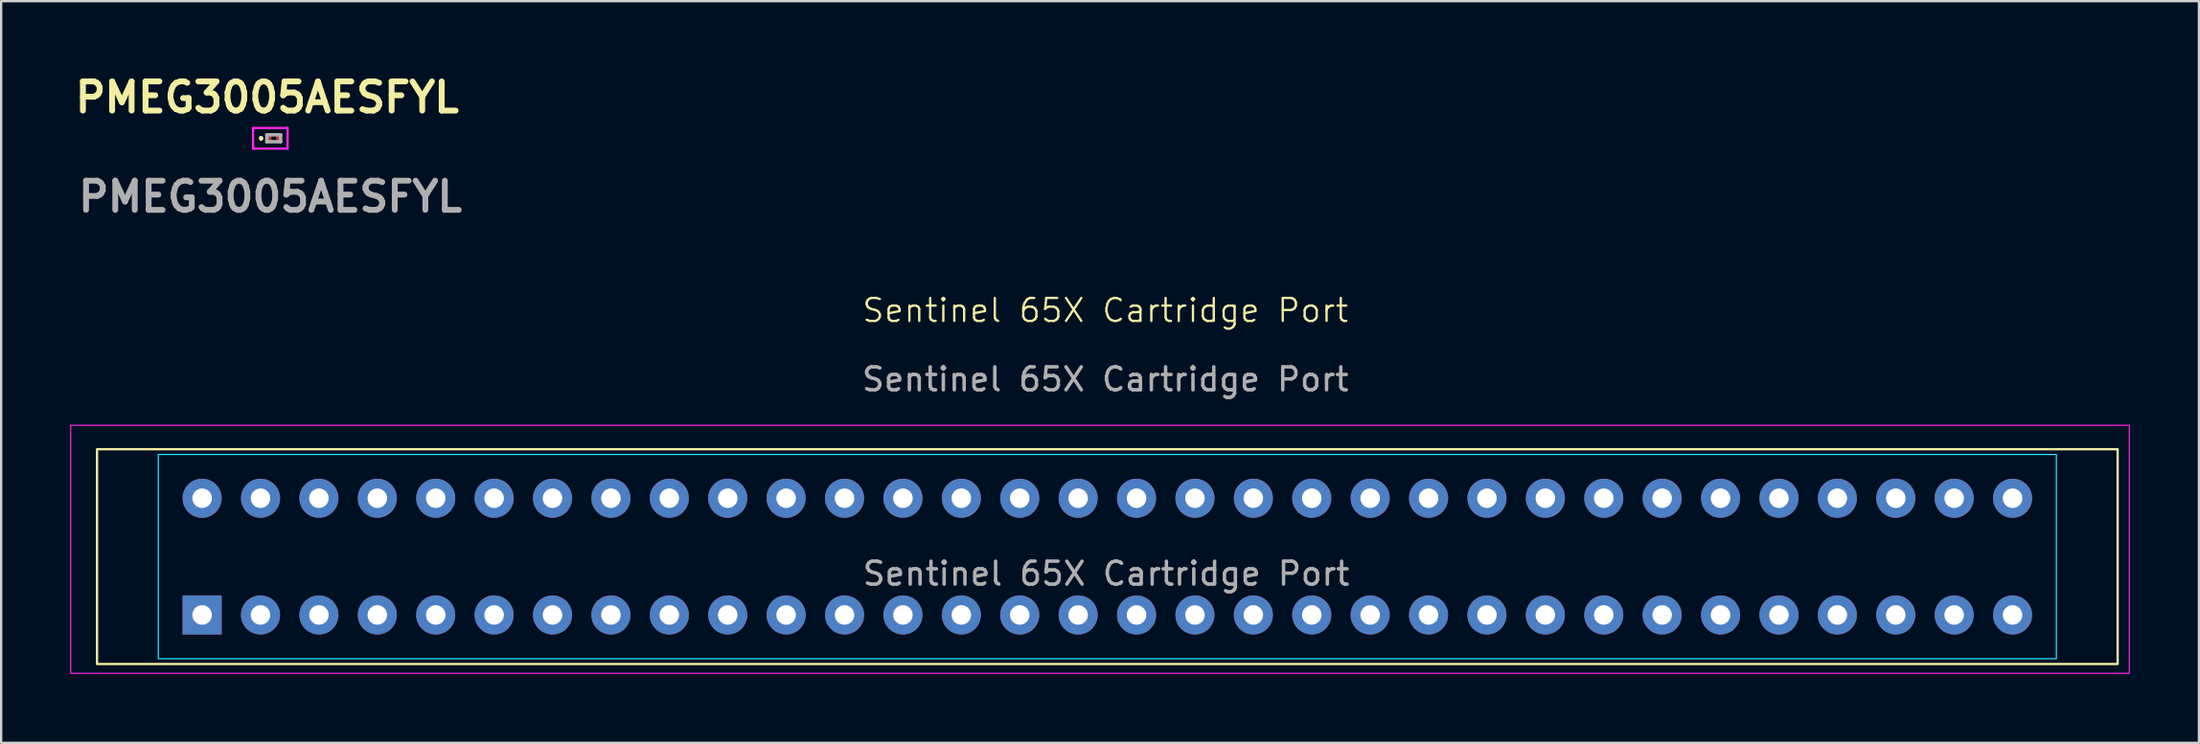
<source format=kicad_pcb>
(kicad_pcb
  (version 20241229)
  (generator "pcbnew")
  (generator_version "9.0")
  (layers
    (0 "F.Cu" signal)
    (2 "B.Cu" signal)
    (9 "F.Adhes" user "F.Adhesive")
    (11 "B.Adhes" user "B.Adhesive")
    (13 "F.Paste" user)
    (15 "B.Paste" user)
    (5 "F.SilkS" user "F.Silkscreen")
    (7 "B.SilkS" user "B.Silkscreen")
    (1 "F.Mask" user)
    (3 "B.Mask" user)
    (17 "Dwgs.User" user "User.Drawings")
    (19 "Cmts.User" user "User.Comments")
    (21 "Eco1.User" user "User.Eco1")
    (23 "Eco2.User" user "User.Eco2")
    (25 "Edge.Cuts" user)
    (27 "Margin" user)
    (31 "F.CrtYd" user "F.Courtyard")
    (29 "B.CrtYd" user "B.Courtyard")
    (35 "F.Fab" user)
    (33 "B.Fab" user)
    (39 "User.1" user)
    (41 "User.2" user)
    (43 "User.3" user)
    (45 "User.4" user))
  (footprint "PMEG3005AESFYL"
    (layer "F.Cu")
    (at 8.706 2.969)
    (property "Reference" "PMEG3005AESFYL" (at -0.136 -1.781 0) (layer "F.SilkS") (effects (font (size 1.27 1.27) (thickness 0.254))))
    (attr smd)
    (fp_line (start -0.4 -0.05) (end -0.4 -0.05) (stroke (width 0.1) (type solid)) (layer "F.SilkS"))
    (fp_line (start -0.4 0.05) (end -0.4 0.05) (stroke (width 0.1) (type solid)) (layer "F.SilkS"))
    (fp_arc (start -0.4 -0.05) (mid -0.35 0) (end -0.4 0.05) (stroke (width 0.1) (type solid)) (layer "F.SilkS"))
    (fp_arc (start -0.4 0.05) (mid -0.45 0) (end -0.4 -0.05) (stroke (width 0.1) (type solid)) (layer "F.SilkS"))
    (fp_line (start -0.75 -0.45) (end 0.75 -0.45) (stroke (width 0.1) (type solid)) (layer "F.CrtYd"))
    (fp_line (start -0.75 0.45) (end -0.75 -0.45) (stroke (width 0.1) (type solid)) (layer "F.CrtYd"))
    (fp_line (start 0.75 -0.45) (end 0.75 0.45) (stroke (width 0.1) (type solid)) (layer "F.CrtYd"))
    (fp_line (start 0.75 0.45) (end -0.75 0.45) (stroke (width 0.1) (type solid)) (layer "F.CrtYd"))
    (fp_line (start -0.15 -0.15) (end 0.45 -0.15) (stroke (width 0.15) (type solid)) (layer "F.Fab"))
    (fp_line (start -0.15 0.15) (end -0.15 -0.15) (stroke (width 0.15) (type solid)) (layer "F.Fab"))
    (fp_line (start 0.45 -0.15) (end 0.45 0.15) (stroke (width 0.15) (type solid)) (layer "F.Fab"))
    (fp_line (start 0.45 0.15) (end -0.15 0.15) (stroke (width 0.15) (type solid)) (layer "F.Fab"))
    (fp_text user "${REFERENCE}" (at 0 2.54 0) (layer "F.Fab") (effects (font (size 1.27 1.27) (thickness 0.254))))
    (pad "1" smd rect (at -0.05 0) (size 0.2 0.28) (layers "F.Cu" "F.Mask" "F.Paste"))
    (pad "2" smd rect (at 0.35 0) (size 0.2 0.28) (layers "F.Cu" "F.Mask" "F.Paste")))
  (footprint "Sentinel 65X Cartridge Port"
    (layer "F.Cu")
    (at 45.025 10.959)
    (property "Reference" "Sentinel 65X Cartridge Port" (at 0 -0.5 0) (unlocked yes) (layer "F.SilkS") (effects (font (size 1 1) (thickness 0.1))))
    (attr through_hole)
    (fp_rect (start -43.855 5.54) (end 44.025 14.89) (stroke (width 0.1) (type default)) (fill no) (layer "F.SilkS"))
    (fp_rect (start -41.19 5.77) (end 41.36 14.66) (stroke (width 0.05) (type default)) (fill no) (layer "B.CrtYd"))
    (fp_rect (start -45 4.5) (end 44.535 15.295) (stroke (width 0.05) (type default)) (fill no) (layer "F.CrtYd"))
    (fp_text user "${REFERENCE}" (at 0 2.5 0) (unlocked yes) (layer "F.Fab") (effects (font (size 1 1) (thickness 0.15))))
    (fp_text user "${REFERENCE}" (at 0.035 10.957 0) (unlocked yes) (layer "F.Fab") (effects (font (size 1 1) (thickness 0.15))))
    (pad "a1" thru_hole circle (at -39.285 7.675) (size 1.7 1.7) (drill 0.85) (layers "*.Cu" "*.Mask"))
    (pad "a2" thru_hole circle (at -36.745 7.675) (size 1.7 1.7) (drill 0.85) (layers "*.Cu" "*.Mask"))
    (pad "a3" thru_hole circle (at -34.205 7.675) (size 1.7 1.7) (drill 0.85) (layers "*.Cu" "*.Mask"))
    (pad "a4" thru_hole circle (at -31.665 7.675) (size 1.7 1.7) (drill 0.85) (layers "*.Cu" "*.Mask"))
    (pad "a5" thru_hole circle (at -29.125 7.675) (size 1.7 1.7) (drill 0.85) (layers "*.Cu" "*.Mask"))
    (pad "a6" thru_hole circle (at -26.585 7.675) (size 1.7 1.7) (drill 0.85) (layers "*.Cu" "*.Mask"))
    (pad "a7" thru_hole circle (at -24.045 7.675) (size 1.7 1.7) (drill 0.85) (layers "*.Cu" "*.Mask"))
    (pad "a8" thru_hole circle (at -21.505 7.675) (size 1.7 1.7) (drill 0.85) (layers "*.Cu" "*.Mask"))
    (pad "a9" thru_hole circle (at -18.965 7.675) (size 1.7 1.7) (drill 0.85) (layers "*.Cu" "*.Mask"))
    (pad "a10" thru_hole circle (at -16.425 7.675) (size 1.7 1.7) (drill 0.85) (layers "*.Cu" "*.Mask"))
    (pad "a11" thru_hole circle (at -13.885 7.675) (size 1.7 1.7) (drill 0.85) (layers "*.Cu" "*.Mask"))
    (pad "a12" thru_hole circle (at -11.345 7.675) (size 1.7 1.7) (drill 0.85) (layers "*.Cu" "*.Mask"))
    (pad "a13" thru_hole circle (at -8.805 7.675) (size 1.7 1.7) (drill 0.85) (layers "*.Cu" "*.Mask"))
    (pad "a14" thru_hole circle (at -6.265 7.675) (size 1.7 1.7) (drill 0.85) (layers "*.Cu" "*.Mask"))
    (pad "a15" thru_hole circle (at -3.725 7.675) (size 1.7 1.7) (drill 0.85) (layers "*.Cu" "*.Mask"))
    (pad "a16" thru_hole circle (at -1.185 7.675) (size 1.7 1.7) (drill 0.85) (layers "*.Cu" "*.Mask"))
    (pad "a17" thru_hole circle (at 1.355 7.675) (size 1.7 1.7) (drill 0.85) (layers "*.Cu" "*.Mask"))
    (pad "a18" thru_hole circle (at 3.895 7.675) (size 1.7 1.7) (drill 0.85) (layers "*.Cu" "*.Mask"))
    (pad "a19" thru_hole circle (at 6.435 7.675) (size 1.7 1.7) (drill 0.85) (layers "*.Cu" "*.Mask"))
    (pad "a20" thru_hole circle (at 8.975 7.675) (size 1.7 1.7) (drill 0.85) (layers "*.Cu" "*.Mask"))
    (pad "a21" thru_hole circle (at 11.515 7.675) (size 1.7 1.7) (drill 0.85) (layers "*.Cu" "*.Mask"))
    (pad "a22" thru_hole circle (at 14.055 7.675) (size 1.7 1.7) (drill 0.85) (layers "*.Cu" "*.Mask"))
    (pad "a23" thru_hole circle (at 16.595 7.675) (size 1.7 1.7) (drill 0.85) (layers "*.Cu" "*.Mask"))
    (pad "a24" thru_hole circle (at 19.135 7.675) (size 1.7 1.7) (drill 0.85) (layers "*.Cu" "*.Mask"))
    (pad "a25" thru_hole circle (at 21.675 7.675) (size 1.7 1.7) (drill 0.85) (layers "*.Cu" "*.Mask"))
    (pad "a26" thru_hole circle (at 24.215 7.675) (size 1.7 1.7) (drill 0.85) (layers "*.Cu" "*.Mask"))
    (pad "a27" thru_hole circle (at 26.755 7.675) (size 1.7 1.7) (drill 0.85) (layers "*.Cu" "*.Mask"))
    (pad "a28" thru_hole circle (at 29.295 7.675) (size 1.7 1.7) (drill 0.85) (layers "*.Cu" "*.Mask"))
    (pad "a29" thru_hole circle (at 31.835 7.675) (size 1.7 1.7) (drill 0.85) (layers "*.Cu" "*.Mask"))
    (pad "a30" thru_hole circle (at 34.375 7.675) (size 1.7 1.7) (drill 0.85) (layers "*.Cu" "*.Mask"))
    (pad "a31" thru_hole circle (at 36.915 7.675) (size 1.7 1.7) (drill 0.85) (layers "*.Cu" "*.Mask"))
    (pad "a32" thru_hole circle (at 39.455 7.675) (size 1.7 1.7) (drill 0.85) (layers "*.Cu" "*.Mask"))
    (pad "b1" thru_hole rect (at -39.285 12.755) (size 1.7 1.7) (drill 0.85) (layers "*.Cu" "*.Mask"))
    (pad "b2" thru_hole circle (at -36.745 12.755) (size 1.7 1.7) (drill 0.85) (layers "*.Cu" "*.Mask"))
    (pad "b3" thru_hole circle (at -34.205 12.755) (size 1.7 1.7) (drill 0.85) (layers "*.Cu" "*.Mask"))
    (pad "b4" thru_hole circle (at -31.665 12.755) (size 1.7 1.7) (drill 0.85) (layers "*.Cu" "*.Mask"))
    (pad "b5" thru_hole circle (at -29.125 12.755) (size 1.7 1.7) (drill 0.85) (layers "*.Cu" "*.Mask"))
    (pad "b6" thru_hole circle (at -26.585 12.755) (size 1.7 1.7) (drill 0.85) (layers "*.Cu" "*.Mask"))
    (pad "b7" thru_hole circle (at -24.045 12.755) (size 1.7 1.7) (drill 0.85) (layers "*.Cu" "*.Mask"))
    (pad "b8" thru_hole circle (at -21.505 12.755) (size 1.7 1.7) (drill 0.85) (layers "*.Cu" "*.Mask"))
    (pad "b9" thru_hole circle (at -18.965 12.755) (size 1.7 1.7) (drill 0.85) (layers "*.Cu" "*.Mask"))
    (pad "b10" thru_hole circle (at -16.425 12.755) (size 1.7 1.7) (drill 0.85) (layers "*.Cu" "*.Mask"))
    (pad "b11" thru_hole circle (at -13.885 12.755) (size 1.7 1.7) (drill 0.85) (layers "*.Cu" "*.Mask"))
    (pad "b12" thru_hole circle (at -11.345 12.755) (size 1.7 1.7) (drill 0.85) (layers "*.Cu" "*.Mask"))
    (pad "b13" thru_hole circle (at -8.805 12.755) (size 1.7 1.7) (drill 0.85) (layers "*.Cu" "*.Mask"))
    (pad "b14" thru_hole circle (at -6.265 12.755) (size 1.7 1.7) (drill 0.85) (layers "*.Cu" "*.Mask"))
    (pad "b15" thru_hole circle (at -3.725 12.755) (size 1.7 1.7) (drill 0.85) (layers "*.Cu" "*.Mask"))
    (pad "b16" thru_hole circle (at -1.185 12.755) (size 1.7 1.7) (drill 0.85) (layers "*.Cu" "*.Mask"))
    (pad "b17" thru_hole circle (at 1.355 12.755) (size 1.7 1.7) (drill 0.85) (layers "*.Cu" "*.Mask"))
    (pad "b18" thru_hole circle (at 3.895 12.755) (size 1.7 1.7) (drill 0.85) (layers "*.Cu" "*.Mask"))
    (pad "b19" thru_hole circle (at 6.435 12.755) (size 1.7 1.7) (drill 0.85) (layers "*.Cu" "*.Mask"))
    (pad "b20" thru_hole circle (at 8.975 12.755) (size 1.7 1.7) (drill 0.85) (layers "*.Cu" "*.Mask"))
    (pad "b21" thru_hole circle (at 11.515 12.755) (size 1.7 1.7) (drill 0.85) (layers "*.Cu" "*.Mask"))
    (pad "b22" thru_hole circle (at 14.055 12.755) (size 1.7 1.7) (drill 0.85) (layers "*.Cu" "*.Mask"))
    (pad "b23" thru_hole circle (at 16.595 12.755) (size 1.7 1.7) (drill 0.85) (layers "*.Cu" "*.Mask"))
    (pad "b24" thru_hole circle (at 19.135 12.755) (size 1.7 1.7) (drill 0.85) (layers "*.Cu" "*.Mask"))
    (pad "b25" thru_hole circle (at 21.675 12.755) (size 1.7 1.7) (drill 0.85) (layers "*.Cu" "*.Mask"))
    (pad "b26" thru_hole circle (at 24.215 12.755) (size 1.7 1.7) (drill 0.85) (layers "*.Cu" "*.Mask"))
    (pad "b27" thru_hole circle (at 26.755 12.755) (size 1.7 1.7) (drill 0.85) (layers "*.Cu" "*.Mask"))
    (pad "b28" thru_hole circle (at 29.295 12.755) (size 1.7 1.7) (drill 0.85) (layers "*.Cu" "*.Mask"))
    (pad "b29" thru_hole circle (at 31.835 12.755) (size 1.7 1.7) (drill 0.85) (layers "*.Cu" "*.Mask"))
    (pad "b30" thru_hole circle (at 34.375 12.755) (size 1.7 1.7) (drill 0.85) (layers "*.Cu" "*.Mask"))
    (pad "b31" thru_hole circle (at 36.915 12.755) (size 1.7 1.7) (drill 0.85) (layers "*.Cu" "*.Mask"))
    (pad "b32" thru_hole circle (at 39.455 12.755) (size 1.7 1.7) (drill 0.85) (layers "*.Cu" "*.Mask")))
  (gr_rect
    (start -3 -3)
    (end 92.585 29.279)
    (stroke (width 0.1) (type default))
    (fill no)
    (layer "Edge.Cuts")))
</source>
